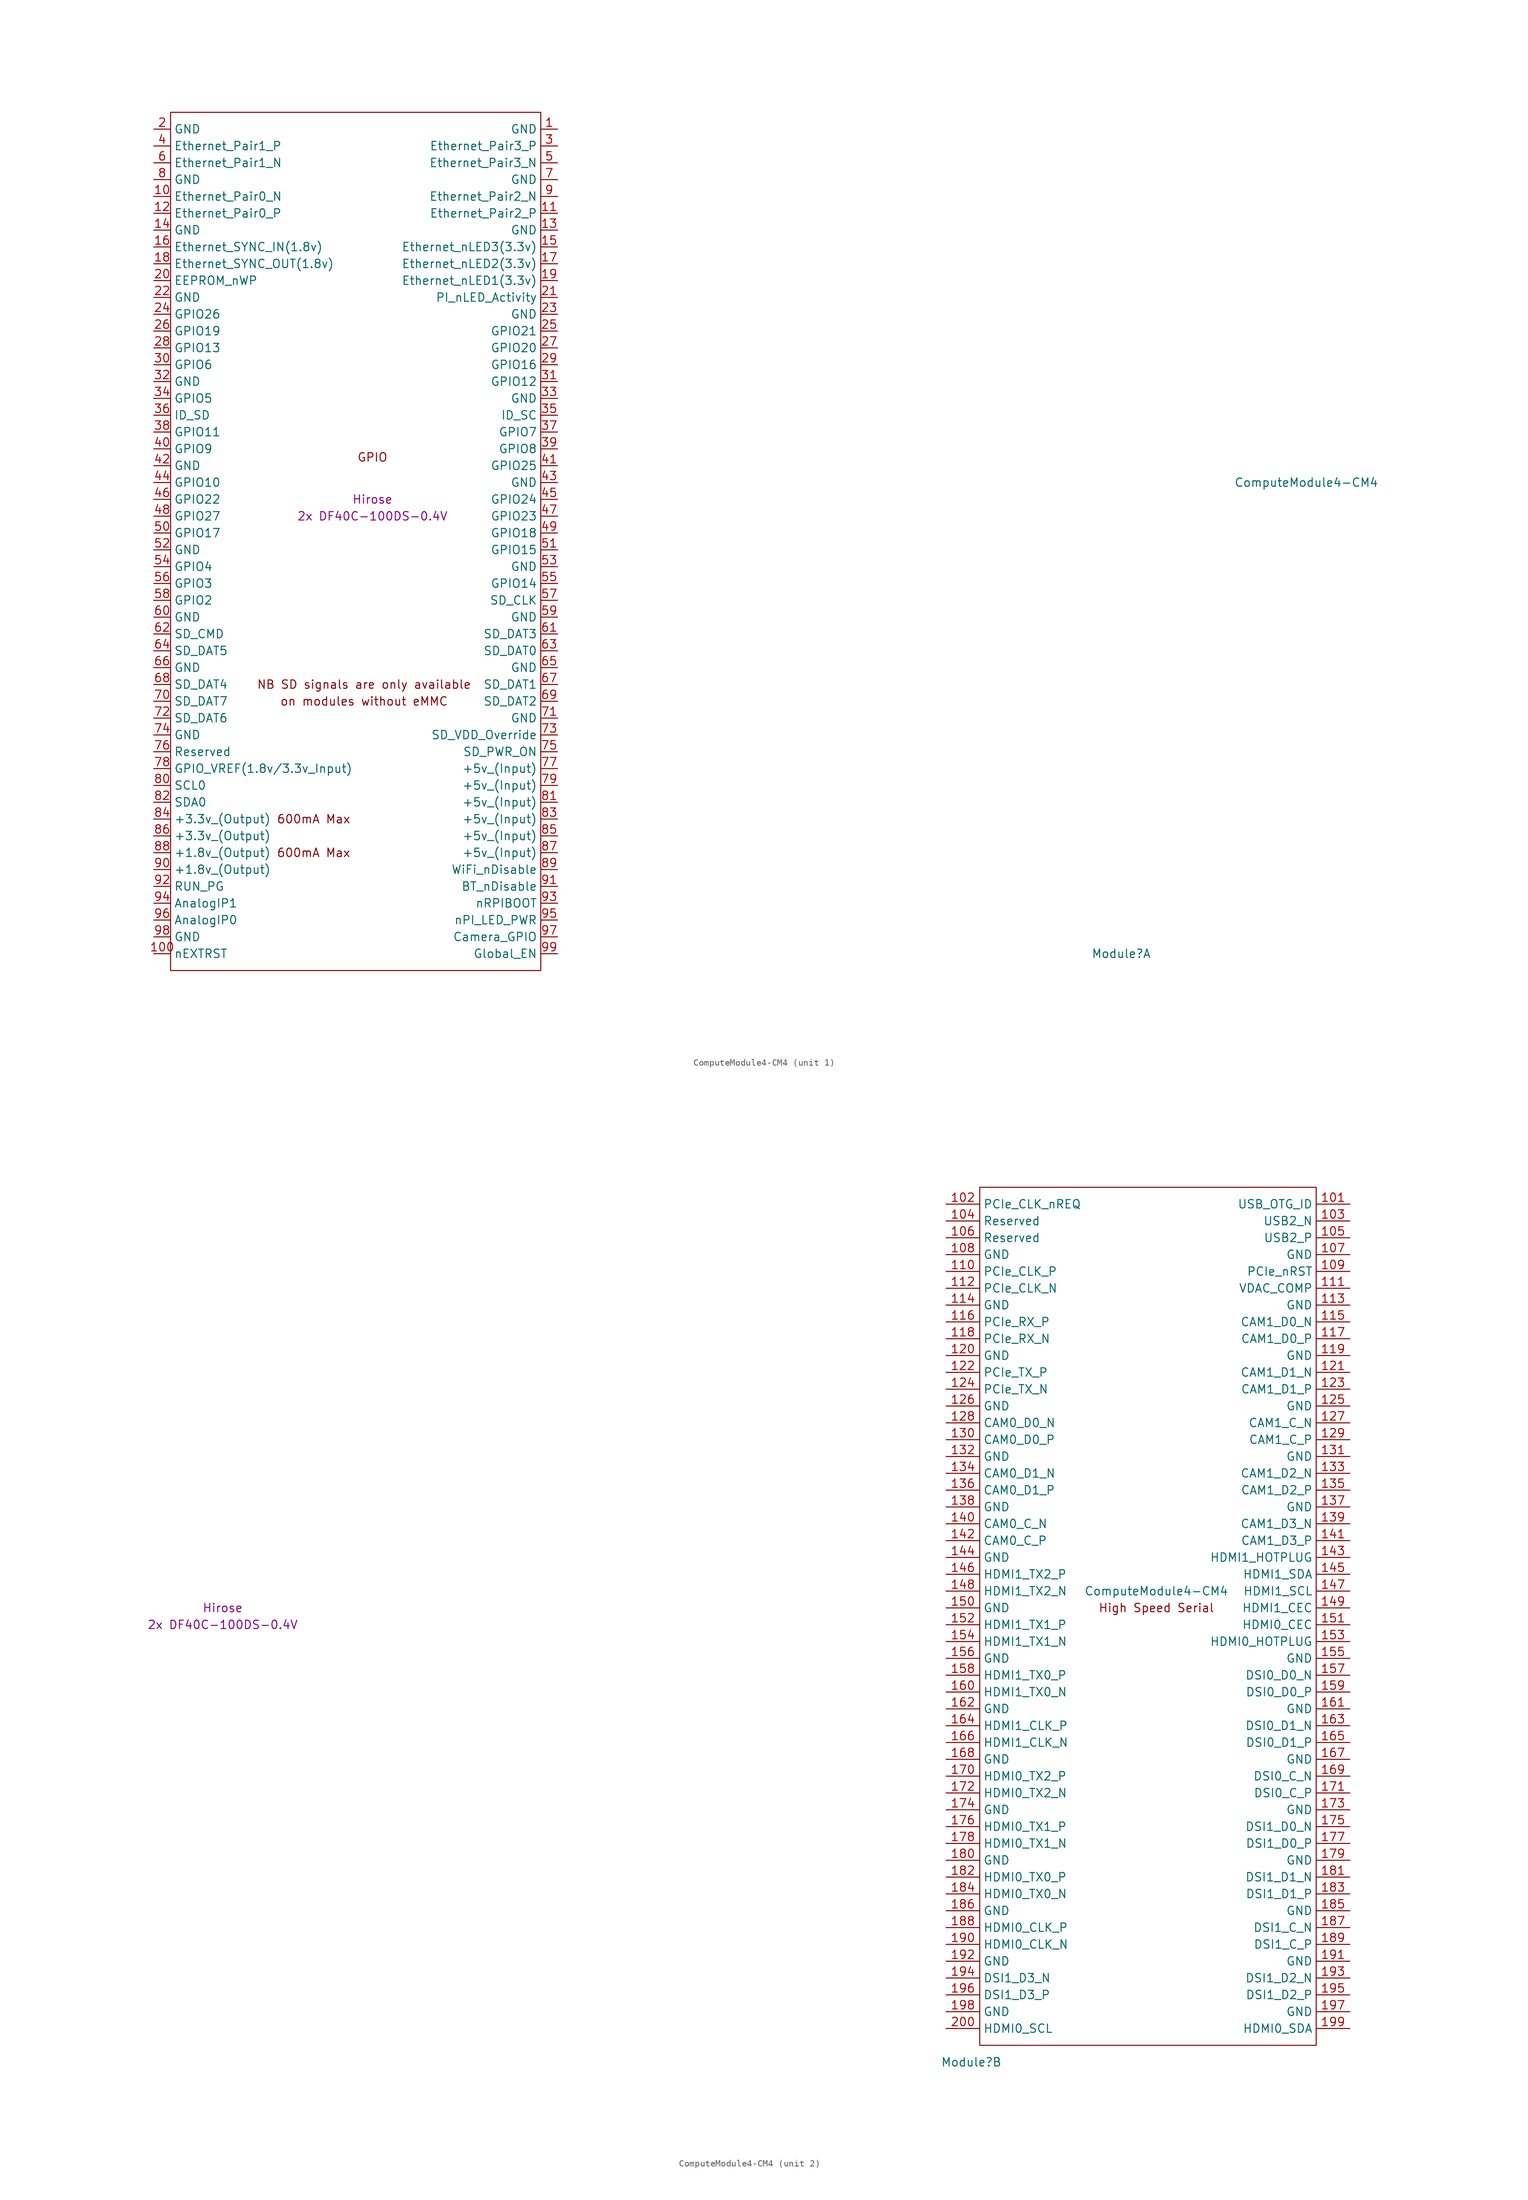
<source format=kicad_sym>
(kicad_symbol_lib
  (version 20201005)
  (generator kicad_symbol_editor)
  (symbol "cm4crypto:ComputeModule4-CM4"
    (property "Reference" "Module"
      (at 113.03 -68.58 0)
      (effects (font (size 1.27 1.27))))
    (property "Value" "ComputeModule4-CM4"
      (at 140.97 2.54 0)
      (effects (font (size 1.27 1.27))))
    (property "Field4" "Hirose"
      (at 0 0 0)
      (effects (font (size 1.27 1.27))))
    (property "Field5" "2x DF40C-100DS-0.4V"
      (at 0 -2.54 0)
      (effects (font (size 1.27 1.27))))
    (symbol "ComputeModule4-CM4_1_0"
      (text "GPIO" (at 0 6.35 0) (effects (font (size 1.27 1.27)))))
    (symbol "ComputeModule4-CM4_1_1"
      (text "600mA Max" (at -8.89 -53.34 0) (effects (font (size 1.27 1.27))))
      (text "600mA Max" (at -8.89 -48.26 0) (effects (font (size 1.27 1.27))))
      (text "NB SD signals are only available" (at -1.27 -27.94 0) (effects (font (size 1.27 1.27))))
      (text "on modules without eMMC" (at -1.27 -30.48 0) (effects (font (size 1.27 1.27))))
      (rectangle (start -30.48 -71.12) (end 25.4 58.42) (stroke (width 0)) (fill (type none)))
      (pin power_in line (at 27.94 55.88 180) (length 2.54) (name "GND" (effects (font (size 1.27 1.27)))) (number "1" (effects (font (size 1.27 1.27)))))
      (pin passive line (at -33.02 45.72 0) (length 2.54) (name "Ethernet_Pair0_N" (effects (font (size 1.27 1.27)))) (number "10" (effects (font (size 1.27 1.27)))))
      (pin output line (at -33.02 -68.58 0) (length 2.54) (name "nEXTRST" (effects (font (size 1.27 1.27)))) (number "100" (effects (font (size 1.27 1.27)))))
      (pin passive line (at 27.94 43.18 180) (length 2.54) (name "Ethernet_Pair2_P" (effects (font (size 1.27 1.27)))) (number "11" (effects (font (size 1.27 1.27)))))
      (pin passive line (at -33.02 43.18 0) (length 2.54) (name "Ethernet_Pair0_P" (effects (font (size 1.27 1.27)))) (number "12" (effects (font (size 1.27 1.27)))))
      (pin power_in line (at 27.94 40.64 180) (length 2.54) (name "GND" (effects (font (size 1.27 1.27)))) (number "13" (effects (font (size 1.27 1.27)))))
      (pin power_in line (at -33.02 40.64 0) (length 2.54) (name "GND" (effects (font (size 1.27 1.27)))) (number "14" (effects (font (size 1.27 1.27)))))
      (pin output line (at 27.94 38.1 180) (length 2.54) (name "Ethernet_nLED3(3.3v)" (effects (font (size 1.27 1.27)))) (number "15" (effects (font (size 1.27 1.27)))))
      (pin input line (at -33.02 38.1 0) (length 2.54) (name "Ethernet_SYNC_IN(1.8v)" (effects (font (size 1.27 1.27)))) (number "16" (effects (font (size 1.27 1.27)))))
      (pin output line (at 27.94 35.56 180) (length 2.54) (name "Ethernet_nLED2(3.3v)" (effects (font (size 1.27 1.27)))) (number "17" (effects (font (size 1.27 1.27)))))
      (pin input line (at -33.02 35.56 0) (length 2.54) (name "Ethernet_SYNC_OUT(1.8v)" (effects (font (size 1.27 1.27)))) (number "18" (effects (font (size 1.27 1.27)))))
      (pin output line (at 27.94 33.02 180) (length 2.54) (name "Ethernet_nLED1(3.3v)" (effects (font (size 1.27 1.27)))) (number "19" (effects (font (size 1.27 1.27)))))
      (pin power_in line (at -33.02 55.88 0) (length 2.54) (name "GND" (effects (font (size 1.27 1.27)))) (number "2" (effects (font (size 1.27 1.27)))))
      (pin passive line (at -33.02 33.02 0) (length 2.54) (name "EEPROM_nWP" (effects (font (size 1.27 1.27)))) (number "20" (effects (font (size 1.27 1.27)))))
      (pin open_collector line (at 27.94 30.48 180) (length 2.54) (name "PI_nLED_Activity" (effects (font (size 1.27 1.27)))) (number "21" (effects (font (size 1.27 1.27)))))
      (pin power_in line (at -33.02 30.48 0) (length 2.54) (name "GND" (effects (font (size 1.27 1.27)))) (number "22" (effects (font (size 1.27 1.27)))))
      (pin power_in line (at 27.94 27.94 180) (length 2.54) (name "GND" (effects (font (size 1.27 1.27)))) (number "23" (effects (font (size 1.27 1.27)))))
      (pin passive line (at -33.02 27.94 0) (length 2.54) (name "GPIO26" (effects (font (size 1.27 1.27)))) (number "24" (effects (font (size 1.27 1.27)))))
      (pin passive line (at 27.94 25.4 180) (length 2.54) (name "GPIO21" (effects (font (size 1.27 1.27)))) (number "25" (effects (font (size 1.27 1.27)))))
      (pin passive line (at -33.02 25.4 0) (length 2.54) (name "GPIO19" (effects (font (size 1.27 1.27)))) (number "26" (effects (font (size 1.27 1.27)))))
      (pin passive line (at 27.94 22.86 180) (length 2.54) (name "GPIO20" (effects (font (size 1.27 1.27)))) (number "27" (effects (font (size 1.27 1.27)))))
      (pin passive line (at -33.02 22.86 0) (length 2.54) (name "GPIO13" (effects (font (size 1.27 1.27)))) (number "28" (effects (font (size 1.27 1.27)))))
      (pin passive line (at 27.94 20.32 180) (length 2.54) (name "GPIO16" (effects (font (size 1.27 1.27)))) (number "29" (effects (font (size 1.27 1.27)))))
      (pin passive line (at 27.94 53.34 180) (length 2.54) (name "Ethernet_Pair3_P" (effects (font (size 1.27 1.27)))) (number "3" (effects (font (size 1.27 1.27)))))
      (pin passive line (at -33.02 20.32 0) (length 2.54) (name "GPIO6" (effects (font (size 1.27 1.27)))) (number "30" (effects (font (size 1.27 1.27)))))
      (pin passive line (at 27.94 17.78 180) (length 2.54) (name "GPIO12" (effects (font (size 1.27 1.27)))) (number "31" (effects (font (size 1.27 1.27)))))
      (pin power_in line (at -33.02 17.78 0) (length 2.54) (name "GND" (effects (font (size 1.27 1.27)))) (number "32" (effects (font (size 1.27 1.27)))))
      (pin power_in line (at 27.94 15.24 180) (length 2.54) (name "GND" (effects (font (size 1.27 1.27)))) (number "33" (effects (font (size 1.27 1.27)))))
      (pin passive line (at -33.02 15.24 0) (length 2.54) (name "GPIO5" (effects (font (size 1.27 1.27)))) (number "34" (effects (font (size 1.27 1.27)))))
      (pin passive line (at 27.94 12.7 180) (length 2.54) (name "ID_SC" (effects (font (size 1.27 1.27)))) (number "35" (effects (font (size 1.27 1.27)))))
      (pin passive line (at -33.02 12.7 0) (length 2.54) (name "ID_SD" (effects (font (size 1.27 1.27)))) (number "36" (effects (font (size 1.27 1.27)))))
      (pin passive line (at 27.94 10.16 180) (length 2.54) (name "GPIO7" (effects (font (size 1.27 1.27)))) (number "37" (effects (font (size 1.27 1.27)))))
      (pin passive line (at -33.02 10.16 0) (length 2.54) (name "GPIO11" (effects (font (size 1.27 1.27)))) (number "38" (effects (font (size 1.27 1.27)))))
      (pin passive line (at 27.94 7.62 180) (length 2.54) (name "GPIO8" (effects (font (size 1.27 1.27)))) (number "39" (effects (font (size 1.27 1.27)))))
      (pin passive line (at -33.02 53.34 0) (length 2.54) (name "Ethernet_Pair1_P" (effects (font (size 1.27 1.27)))) (number "4" (effects (font (size 1.27 1.27)))))
      (pin passive line (at -33.02 7.62 0) (length 2.54) (name "GPIO9" (effects (font (size 1.27 1.27)))) (number "40" (effects (font (size 1.27 1.27)))))
      (pin passive line (at 27.94 5.08 180) (length 2.54) (name "GPIO25" (effects (font (size 1.27 1.27)))) (number "41" (effects (font (size 1.27 1.27)))))
      (pin power_in line (at -33.02 5.08 0) (length 2.54) (name "GND" (effects (font (size 1.27 1.27)))) (number "42" (effects (font (size 1.27 1.27)))))
      (pin power_in line (at 27.94 2.54 180) (length 2.54) (name "GND" (effects (font (size 1.27 1.27)))) (number "43" (effects (font (size 1.27 1.27)))))
      (pin passive line (at -33.02 2.54 0) (length 2.54) (name "GPIO10" (effects (font (size 1.27 1.27)))) (number "44" (effects (font (size 1.27 1.27)))))
      (pin passive line (at 27.94 0 180) (length 2.54) (name "GPIO24" (effects (font (size 1.27 1.27)))) (number "45" (effects (font (size 1.27 1.27)))))
      (pin passive line (at -33.02 0 0) (length 2.54) (name "GPIO22" (effects (font (size 1.27 1.27)))) (number "46" (effects (font (size 1.27 1.27)))))
      (pin passive line (at 27.94 -2.54 180) (length 2.54) (name "GPIO23" (effects (font (size 1.27 1.27)))) (number "47" (effects (font (size 1.27 1.27)))))
      (pin passive line (at -33.02 -2.54 0) (length 2.54) (name "GPIO27" (effects (font (size 1.27 1.27)))) (number "48" (effects (font (size 1.27 1.27)))))
      (pin passive line (at 27.94 -5.08 180) (length 2.54) (name "GPIO18" (effects (font (size 1.27 1.27)))) (number "49" (effects (font (size 1.27 1.27)))))
      (pin passive line (at 27.94 50.8 180) (length 2.54) (name "Ethernet_Pair3_N" (effects (font (size 1.27 1.27)))) (number "5" (effects (font (size 1.27 1.27)))))
      (pin passive line (at -33.02 -5.08 0) (length 2.54) (name "GPIO17" (effects (font (size 1.27 1.27)))) (number "50" (effects (font (size 1.27 1.27)))))
      (pin passive line (at 27.94 -7.62 180) (length 2.54) (name "GPIO15" (effects (font (size 1.27 1.27)))) (number "51" (effects (font (size 1.27 1.27)))))
      (pin power_in line (at -33.02 -7.62 0) (length 2.54) (name "GND" (effects (font (size 1.27 1.27)))) (number "52" (effects (font (size 1.27 1.27)))))
      (pin power_in line (at 27.94 -10.16 180) (length 2.54) (name "GND" (effects (font (size 1.27 1.27)))) (number "53" (effects (font (size 1.27 1.27)))))
      (pin passive line (at -33.02 -10.16 0) (length 2.54) (name "GPIO4" (effects (font (size 1.27 1.27)))) (number "54" (effects (font (size 1.27 1.27)))))
      (pin passive line (at 27.94 -12.7 180) (length 2.54) (name "GPIO14" (effects (font (size 1.27 1.27)))) (number "55" (effects (font (size 1.27 1.27)))))
      (pin passive line (at -33.02 -12.7 0) (length 2.54) (name "GPIO3" (effects (font (size 1.27 1.27)))) (number "56" (effects (font (size 1.27 1.27)))))
      (pin passive line (at 27.94 -15.24 180) (length 2.54) (name "SD_CLK" (effects (font (size 1.27 1.27)))) (number "57" (effects (font (size 1.27 1.27)))))
      (pin passive line (at -33.02 -15.24 0) (length 2.54) (name "GPIO2" (effects (font (size 1.27 1.27)))) (number "58" (effects (font (size 1.27 1.27)))))
      (pin power_in line (at 27.94 -17.78 180) (length 2.54) (name "GND" (effects (font (size 1.27 1.27)))) (number "59" (effects (font (size 1.27 1.27)))))
      (pin passive line (at -33.02 50.8 0) (length 2.54) (name "Ethernet_Pair1_N" (effects (font (size 1.27 1.27)))) (number "6" (effects (font (size 1.27 1.27)))))
      (pin power_in line (at -33.02 -17.78 0) (length 2.54) (name "GND" (effects (font (size 1.27 1.27)))) (number "60" (effects (font (size 1.27 1.27)))))
      (pin passive line (at 27.94 -20.32 180) (length 2.54) (name "SD_DAT3" (effects (font (size 1.27 1.27)))) (number "61" (effects (font (size 1.27 1.27)))))
      (pin passive line (at -33.02 -20.32 0) (length 2.54) (name "SD_CMD" (effects (font (size 1.27 1.27)))) (number "62" (effects (font (size 1.27 1.27)))))
      (pin passive line (at 27.94 -22.86 180) (length 2.54) (name "SD_DAT0" (effects (font (size 1.27 1.27)))) (number "63" (effects (font (size 1.27 1.27)))))
      (pin passive line (at -33.02 -22.86 0) (length 2.54) (name "SD_DAT5" (effects (font (size 1.27 1.27)))) (number "64" (effects (font (size 1.27 1.27)))))
      (pin power_in line (at 27.94 -25.4 180) (length 2.54) (name "GND" (effects (font (size 1.27 1.27)))) (number "65" (effects (font (size 1.27 1.27)))))
      (pin power_in line (at -33.02 -25.4 0) (length 2.54) (name "GND" (effects (font (size 1.27 1.27)))) (number "66" (effects (font (size 1.27 1.27)))))
      (pin passive line (at 27.94 -27.94 180) (length 2.54) (name "SD_DAT1" (effects (font (size 1.27 1.27)))) (number "67" (effects (font (size 1.27 1.27)))))
      (pin passive line (at -33.02 -27.94 0) (length 2.54) (name "SD_DAT4" (effects (font (size 1.27 1.27)))) (number "68" (effects (font (size 1.27 1.27)))))
      (pin passive line (at 27.94 -30.48 180) (length 2.54) (name "SD_DAT2" (effects (font (size 1.27 1.27)))) (number "69" (effects (font (size 1.27 1.27)))))
      (pin power_in line (at 27.94 48.26 180) (length 2.54) (name "GND" (effects (font (size 1.27 1.27)))) (number "7" (effects (font (size 1.27 1.27)))))
      (pin passive line (at -33.02 -30.48 0) (length 2.54) (name "SD_DAT7" (effects (font (size 1.27 1.27)))) (number "70" (effects (font (size 1.27 1.27)))))
      (pin power_in line (at 27.94 -33.02 180) (length 2.54) (name "GND" (effects (font (size 1.27 1.27)))) (number "71" (effects (font (size 1.27 1.27)))))
      (pin passive line (at -33.02 -33.02 0) (length 2.54) (name "SD_DAT6" (effects (font (size 1.27 1.27)))) (number "72" (effects (font (size 1.27 1.27)))))
      (pin input line (at 27.94 -35.56 180) (length 2.54) (name "SD_VDD_Override" (effects (font (size 1.27 1.27)))) (number "73" (effects (font (size 1.27 1.27)))))
      (pin power_in line (at -33.02 -35.56 0) (length 2.54) (name "GND" (effects (font (size 1.27 1.27)))) (number "74" (effects (font (size 1.27 1.27)))))
      (pin output line (at 27.94 -38.1 180) (length 2.54) (name "SD_PWR_ON" (effects (font (size 1.27 1.27)))) (number "75" (effects (font (size 1.27 1.27)))))
      (pin passive line (at -33.02 -38.1 0) (length 2.54) (name "Reserved" (effects (font (size 1.27 1.27)))) (number "76" (effects (font (size 1.27 1.27)))))
      (pin power_in line (at 27.94 -40.64 180) (length 2.54) (name "+5v_(Input)" (effects (font (size 1.27 1.27)))) (number "77" (effects (font (size 1.27 1.27)))))
      (pin power_in line (at -33.02 -40.64 0) (length 2.54) (name "GPIO_VREF(1.8v/3.3v_Input)" (effects (font (size 1.27 1.27)))) (number "78" (effects (font (size 1.27 1.27)))))
      (pin power_in line (at 27.94 -43.18 180) (length 2.54) (name "+5v_(Input)" (effects (font (size 1.27 1.27)))) (number "79" (effects (font (size 1.27 1.27)))))
      (pin power_in line (at -33.02 48.26 0) (length 2.54) (name "GND" (effects (font (size 1.27 1.27)))) (number "8" (effects (font (size 1.27 1.27)))))
      (pin passive line (at -33.02 -43.18 0) (length 2.54) (name "SCL0" (effects (font (size 1.27 1.27)))) (number "80" (effects (font (size 1.27 1.27)))))
      (pin power_in line (at 27.94 -45.72 180) (length 2.54) (name "+5v_(Input)" (effects (font (size 1.27 1.27)))) (number "81" (effects (font (size 1.27 1.27)))))
      (pin passive line (at -33.02 -45.72 0) (length 2.54) (name "SDA0" (effects (font (size 1.27 1.27)))) (number "82" (effects (font (size 1.27 1.27)))))
      (pin power_in line (at 27.94 -48.26 180) (length 2.54) (name "+5v_(Input)" (effects (font (size 1.27 1.27)))) (number "83" (effects (font (size 1.27 1.27)))))
      (pin power_out line (at -33.02 -48.26 0) (length 2.54) (name "+3.3v_(Output)" (effects (font (size 1.27 1.27)))) (number "84" (effects (font (size 1.27 1.27)))))
      (pin power_in line (at 27.94 -50.8 180) (length 2.54) (name "+5v_(Input)" (effects (font (size 1.27 1.27)))) (number "85" (effects (font (size 1.27 1.27)))))
      (pin power_out line (at -33.02 -50.8 0) (length 2.54) (name "+3.3v_(Output)" (effects (font (size 1.27 1.27)))) (number "86" (effects (font (size 1.27 1.27)))))
      (pin power_in line (at 27.94 -53.34 180) (length 2.54) (name "+5v_(Input)" (effects (font (size 1.27 1.27)))) (number "87" (effects (font (size 1.27 1.27)))))
      (pin power_out line (at -33.02 -53.34 0) (length 2.54) (name "+1.8v_(Output)" (effects (font (size 1.27 1.27)))) (number "88" (effects (font (size 1.27 1.27)))))
      (pin power_in line (at 27.94 -55.88 180) (length 2.54) (name "WiFi_nDisable" (effects (font (size 1.27 1.27)))) (number "89" (effects (font (size 1.27 1.27)))))
      (pin passive line (at 27.94 45.72 180) (length 2.54) (name "Ethernet_Pair2_N" (effects (font (size 1.27 1.27)))) (number "9" (effects (font (size 1.27 1.27)))))
      (pin power_out line (at -33.02 -55.88 0) (length 2.54) (name "+1.8v_(Output)" (effects (font (size 1.27 1.27)))) (number "90" (effects (font (size 1.27 1.27)))))
      (pin power_in line (at 27.94 -58.42 180) (length 2.54) (name "BT_nDisable" (effects (font (size 1.27 1.27)))) (number "91" (effects (font (size 1.27 1.27)))))
      (pin passive line (at -33.02 -58.42 0) (length 2.54) (name "RUN_PG" (effects (font (size 1.27 1.27)))) (number "92" (effects (font (size 1.27 1.27)))))
      (pin input line (at 27.94 -60.96 180) (length 2.54) (name "nRPIBOOT" (effects (font (size 1.27 1.27)))) (number "93" (effects (font (size 1.27 1.27)))))
      (pin passive line (at -33.02 -60.96 0) (length 2.54) (name "AnalogIP1" (effects (font (size 1.27 1.27)))) (number "94" (effects (font (size 1.27 1.27)))))
      (pin output line (at 27.94 -63.5 180) (length 2.54) (name "nPI_LED_PWR" (effects (font (size 1.27 1.27)))) (number "95" (effects (font (size 1.27 1.27)))))
      (pin passive line (at -33.02 -63.5 0) (length 2.54) (name "AnalogIP0" (effects (font (size 1.27 1.27)))) (number "96" (effects (font (size 1.27 1.27)))))
      (pin passive line (at 27.94 -66.04 180) (length 2.54) (name "Camera_GPIO" (effects (font (size 1.27 1.27)))) (number "97" (effects (font (size 1.27 1.27)))))
      (pin power_in line (at -33.02 -66.04 0) (length 2.54) (name "GND" (effects (font (size 1.27 1.27)))) (number "98" (effects (font (size 1.27 1.27)))))
      (pin input line (at 27.94 -68.58 180) (length 2.54) (name "Global_EN" (effects (font (size 1.27 1.27)))) (number "99" (effects (font (size 1.27 1.27))))))
    (symbol "ComputeModule4-CM4_2_1"
      (text "High Speed Serial" (at 140.97 0 0) (effects (font (size 1.27 1.27))))
      (rectangle (start 114.3 -66.04) (end 165.1 63.5) (stroke (width 0)) (fill (type none)))
      (pin input line (at 170.18 60.96 180) (length 5.08) (name "USB_OTG_ID" (effects (font (size 1.27 1.27)))) (number "101" (effects (font (size 1.27 1.27)))))
      (pin input line (at 109.22 60.96 0) (length 5.08) (name "PCIe_CLK_nREQ" (effects (font (size 1.27 1.27)))) (number "102" (effects (font (size 1.27 1.27)))))
      (pin passive line (at 170.18 58.42 180) (length 5.08) (name "USB2_N" (effects (font (size 1.27 1.27)))) (number "103" (effects (font (size 1.27 1.27)))))
      (pin passive line (at 109.22 58.42 0) (length 5.08) (name "Reserved" (effects (font (size 1.27 1.27)))) (number "104" (effects (font (size 1.27 1.27)))))
      (pin passive line (at 170.18 55.88 180) (length 5.08) (name "USB2_P" (effects (font (size 1.27 1.27)))) (number "105" (effects (font (size 1.27 1.27)))))
      (pin passive line (at 109.22 55.88 0) (length 5.08) (name "Reserved" (effects (font (size 1.27 1.27)))) (number "106" (effects (font (size 1.27 1.27)))))
      (pin power_in line (at 170.18 53.34 180) (length 5.08) (name "GND" (effects (font (size 1.27 1.27)))) (number "107" (effects (font (size 1.27 1.27)))))
      (pin power_in line (at 109.22 53.34 0) (length 5.08) (name "GND" (effects (font (size 1.27 1.27)))) (number "108" (effects (font (size 1.27 1.27)))))
      (pin bidirectional line (at 170.18 50.8 180) (length 5.08) (name "PCIe_nRST" (effects (font (size 1.27 1.27)))) (number "109" (effects (font (size 1.27 1.27)))))
      (pin output line (at 109.22 50.8 0) (length 5.08) (name "PCIe_CLK_P" (effects (font (size 1.27 1.27)))) (number "110" (effects (font (size 1.27 1.27)))))
      (pin passive line (at 170.18 48.26 180) (length 5.08) (name "VDAC_COMP" (effects (font (size 1.27 1.27)))) (number "111" (effects (font (size 1.27 1.27)))))
      (pin output line (at 109.22 48.26 0) (length 5.08) (name "PCIe_CLK_N" (effects (font (size 1.27 1.27)))) (number "112" (effects (font (size 1.27 1.27)))))
      (pin power_in line (at 170.18 45.72 180) (length 5.08) (name "GND" (effects (font (size 1.27 1.27)))) (number "113" (effects (font (size 1.27 1.27)))))
      (pin power_in line (at 109.22 45.72 0) (length 5.08) (name "GND" (effects (font (size 1.27 1.27)))) (number "114" (effects (font (size 1.27 1.27)))))
      (pin input line (at 170.18 43.18 180) (length 5.08) (name "CAM1_D0_N" (effects (font (size 1.27 1.27)))) (number "115" (effects (font (size 1.27 1.27)))))
      (pin input line (at 109.22 43.18 0) (length 5.08) (name "PCIe_RX_P" (effects (font (size 1.27 1.27)))) (number "116" (effects (font (size 1.27 1.27)))))
      (pin input line (at 170.18 40.64 180) (length 5.08) (name "CAM1_D0_P" (effects (font (size 1.27 1.27)))) (number "117" (effects (font (size 1.27 1.27)))))
      (pin input line (at 109.22 40.64 0) (length 5.08) (name "PCIe_RX_N" (effects (font (size 1.27 1.27)))) (number "118" (effects (font (size 1.27 1.27)))))
      (pin power_in line (at 170.18 38.1 180) (length 5.08) (name "GND" (effects (font (size 1.27 1.27)))) (number "119" (effects (font (size 1.27 1.27)))))
      (pin power_in line (at 109.22 38.1 0) (length 5.08) (name "GND" (effects (font (size 1.27 1.27)))) (number "120" (effects (font (size 1.27 1.27)))))
      (pin input line (at 170.18 35.56 180) (length 5.08) (name "CAM1_D1_N" (effects (font (size 1.27 1.27)))) (number "121" (effects (font (size 1.27 1.27)))))
      (pin output line (at 109.22 35.56 0) (length 5.08) (name "PCIe_TX_P" (effects (font (size 1.27 1.27)))) (number "122" (effects (font (size 1.27 1.27)))))
      (pin input line (at 170.18 33.02 180) (length 5.08) (name "CAM1_D1_P" (effects (font (size 1.27 1.27)))) (number "123" (effects (font (size 1.27 1.27)))))
      (pin output line (at 109.22 33.02 0) (length 5.08) (name "PCIe_TX_N" (effects (font (size 1.27 1.27)))) (number "124" (effects (font (size 1.27 1.27)))))
      (pin power_in line (at 170.18 30.48 180) (length 5.08) (name "GND" (effects (font (size 1.27 1.27)))) (number "125" (effects (font (size 1.27 1.27)))))
      (pin power_in line (at 109.22 30.48 0) (length 5.08) (name "GND" (effects (font (size 1.27 1.27)))) (number "126" (effects (font (size 1.27 1.27)))))
      (pin input line (at 170.18 27.94 180) (length 5.08) (name "CAM1_C_N" (effects (font (size 1.27 1.27)))) (number "127" (effects (font (size 1.27 1.27)))))
      (pin input line (at 109.22 27.94 0) (length 5.08) (name "CAM0_D0_N" (effects (font (size 1.27 1.27)))) (number "128" (effects (font (size 1.27 1.27)))))
      (pin input line (at 170.18 25.4 180) (length 5.08) (name "CAM1_C_P" (effects (font (size 1.27 1.27)))) (number "129" (effects (font (size 1.27 1.27)))))
      (pin input line (at 109.22 25.4 0) (length 5.08) (name "CAM0_D0_P" (effects (font (size 1.27 1.27)))) (number "130" (effects (font (size 1.27 1.27)))))
      (pin power_in line (at 170.18 22.86 180) (length 5.08) (name "GND" (effects (font (size 1.27 1.27)))) (number "131" (effects (font (size 1.27 1.27)))))
      (pin power_in line (at 109.22 22.86 0) (length 5.08) (name "GND" (effects (font (size 1.27 1.27)))) (number "132" (effects (font (size 1.27 1.27)))))
      (pin input line (at 170.18 20.32 180) (length 5.08) (name "CAM1_D2_N" (effects (font (size 1.27 1.27)))) (number "133" (effects (font (size 1.27 1.27)))))
      (pin input line (at 109.22 20.32 0) (length 5.08) (name "CAM0_D1_N" (effects (font (size 1.27 1.27)))) (number "134" (effects (font (size 1.27 1.27)))))
      (pin input line (at 170.18 17.78 180) (length 5.08) (name "CAM1_D2_P" (effects (font (size 1.27 1.27)))) (number "135" (effects (font (size 1.27 1.27)))))
      (pin input line (at 109.22 17.78 0) (length 5.08) (name "CAM0_D1_P" (effects (font (size 1.27 1.27)))) (number "136" (effects (font (size 1.27 1.27)))))
      (pin power_in line (at 170.18 15.24 180) (length 5.08) (name "GND" (effects (font (size 1.27 1.27)))) (number "137" (effects (font (size 1.27 1.27)))))
      (pin power_in line (at 109.22 15.24 0) (length 5.08) (name "GND" (effects (font (size 1.27 1.27)))) (number "138" (effects (font (size 1.27 1.27)))))
      (pin input line (at 170.18 12.7 180) (length 5.08) (name "CAM1_D3_N" (effects (font (size 1.27 1.27)))) (number "139" (effects (font (size 1.27 1.27)))))
      (pin input line (at 109.22 12.7 0) (length 5.08) (name "CAM0_C_N" (effects (font (size 1.27 1.27)))) (number "140" (effects (font (size 1.27 1.27)))))
      (pin input line (at 170.18 10.16 180) (length 5.08) (name "CAM1_D3_P" (effects (font (size 1.27 1.27)))) (number "141" (effects (font (size 1.27 1.27)))))
      (pin input line (at 109.22 10.16 0) (length 5.08) (name "CAM0_C_P" (effects (font (size 1.27 1.27)))) (number "142" (effects (font (size 1.27 1.27)))))
      (pin input line (at 170.18 7.62 180) (length 5.08) (name "HDMI1_HOTPLUG" (effects (font (size 1.27 1.27)))) (number "143" (effects (font (size 1.27 1.27)))))
      (pin power_in line (at 109.22 7.62 0) (length 5.08) (name "GND" (effects (font (size 1.27 1.27)))) (number "144" (effects (font (size 1.27 1.27)))))
      (pin bidirectional line (at 170.18 5.08 180) (length 5.08) (name "HDMI1_SDA" (effects (font (size 1.27 1.27)))) (number "145" (effects (font (size 1.27 1.27)))))
      (pin output line (at 109.22 5.08 0) (length 5.08) (name "HDMI1_TX2_P" (effects (font (size 1.27 1.27)))) (number "146" (effects (font (size 1.27 1.27)))))
      (pin open_collector line (at 170.18 2.54 180) (length 5.08) (name "HDMI1_SCL" (effects (font (size 1.27 1.27)))) (number "147" (effects (font (size 1.27 1.27)))))
      (pin output line (at 109.22 2.54 0) (length 5.08) (name "HDMI1_TX2_N" (effects (font (size 1.27 1.27)))) (number "148" (effects (font (size 1.27 1.27)))))
      (pin open_collector line (at 170.18 0 180) (length 5.08) (name "HDMI1_CEC" (effects (font (size 1.27 1.27)))) (number "149" (effects (font (size 1.27 1.27)))))
      (pin power_in line (at 109.22 0 0) (length 5.08) (name "GND" (effects (font (size 1.27 1.27)))) (number "150" (effects (font (size 1.27 1.27)))))
      (pin open_collector line (at 170.18 -2.54 180) (length 5.08) (name "HDMI0_CEC" (effects (font (size 1.27 1.27)))) (number "151" (effects (font (size 1.27 1.27)))))
      (pin output line (at 109.22 -2.54 0) (length 5.08) (name "HDMI1_TX1_P" (effects (font (size 1.27 1.27)))) (number "152" (effects (font (size 1.27 1.27)))))
      (pin input line (at 170.18 -5.08 180) (length 5.08) (name "HDMI0_HOTPLUG" (effects (font (size 1.27 1.27)))) (number "153" (effects (font (size 1.27 1.27)))))
      (pin output line (at 109.22 -5.08 0) (length 5.08) (name "HDMI1_TX1_N" (effects (font (size 1.27 1.27)))) (number "154" (effects (font (size 1.27 1.27)))))
      (pin power_in line (at 170.18 -7.62 180) (length 5.08) (name "GND" (effects (font (size 1.27 1.27)))) (number "155" (effects (font (size 1.27 1.27)))))
      (pin power_in line (at 109.22 -7.62 0) (length 5.08) (name "GND" (effects (font (size 1.27 1.27)))) (number "156" (effects (font (size 1.27 1.27)))))
      (pin output line (at 170.18 -10.16 180) (length 5.08) (name "DSI0_D0_N" (effects (font (size 1.27 1.27)))) (number "157" (effects (font (size 1.27 1.27)))))
      (pin output line (at 109.22 -10.16 0) (length 5.08) (name "HDMI1_TX0_P" (effects (font (size 1.27 1.27)))) (number "158" (effects (font (size 1.27 1.27)))))
      (pin output line (at 170.18 -12.7 180) (length 5.08) (name "DSI0_D0_P" (effects (font (size 1.27 1.27)))) (number "159" (effects (font (size 1.27 1.27)))))
      (pin output line (at 109.22 -12.7 0) (length 5.08) (name "HDMI1_TX0_N" (effects (font (size 1.27 1.27)))) (number "160" (effects (font (size 1.27 1.27)))))
      (pin power_in line (at 170.18 -15.24 180) (length 5.08) (name "GND" (effects (font (size 1.27 1.27)))) (number "161" (effects (font (size 1.27 1.27)))))
      (pin power_in line (at 109.22 -15.24 0) (length 5.08) (name "GND" (effects (font (size 1.27 1.27)))) (number "162" (effects (font (size 1.27 1.27)))))
      (pin output line (at 170.18 -17.78 180) (length 5.08) (name "DSI0_D1_N" (effects (font (size 1.27 1.27)))) (number "163" (effects (font (size 1.27 1.27)))))
      (pin output line (at 109.22 -17.78 0) (length 5.08) (name "HDMI1_CLK_P" (effects (font (size 1.27 1.27)))) (number "164" (effects (font (size 1.27 1.27)))))
      (pin output line (at 170.18 -20.32 180) (length 5.08) (name "DSI0_D1_P" (effects (font (size 1.27 1.27)))) (number "165" (effects (font (size 1.27 1.27)))))
      (pin output line (at 109.22 -20.32 0) (length 5.08) (name "HDMI1_CLK_N" (effects (font (size 1.27 1.27)))) (number "166" (effects (font (size 1.27 1.27)))))
      (pin power_in line (at 170.18 -22.86 180) (length 5.08) (name "GND" (effects (font (size 1.27 1.27)))) (number "167" (effects (font (size 1.27 1.27)))))
      (pin power_in line (at 109.22 -22.86 0) (length 5.08) (name "GND" (effects (font (size 1.27 1.27)))) (number "168" (effects (font (size 1.27 1.27)))))
      (pin output line (at 170.18 -25.4 180) (length 5.08) (name "DSI0_C_N" (effects (font (size 1.27 1.27)))) (number "169" (effects (font (size 1.27 1.27)))))
      (pin output line (at 109.22 -25.4 0) (length 5.08) (name "HDMI0_TX2_P" (effects (font (size 1.27 1.27)))) (number "170" (effects (font (size 1.27 1.27)))))
      (pin output line (at 170.18 -27.94 180) (length 5.08) (name "DSI0_C_P" (effects (font (size 1.27 1.27)))) (number "171" (effects (font (size 1.27 1.27)))))
      (pin output line (at 109.22 -27.94 0) (length 5.08) (name "HDMI0_TX2_N" (effects (font (size 1.27 1.27)))) (number "172" (effects (font (size 1.27 1.27)))))
      (pin power_in line (at 170.18 -30.48 180) (length 5.08) (name "GND" (effects (font (size 1.27 1.27)))) (number "173" (effects (font (size 1.27 1.27)))))
      (pin power_in line (at 109.22 -30.48 0) (length 5.08) (name "GND" (effects (font (size 1.27 1.27)))) (number "174" (effects (font (size 1.27 1.27)))))
      (pin output line (at 170.18 -33.02 180) (length 5.08) (name "DSI1_D0_N" (effects (font (size 1.27 1.27)))) (number "175" (effects (font (size 1.27 1.27)))))
      (pin output line (at 109.22 -33.02 0) (length 5.08) (name "HDMI0_TX1_P" (effects (font (size 1.27 1.27)))) (number "176" (effects (font (size 1.27 1.27)))))
      (pin output line (at 170.18 -35.56 180) (length 5.08) (name "DSI1_D0_P" (effects (font (size 1.27 1.27)))) (number "177" (effects (font (size 1.27 1.27)))))
      (pin output line (at 109.22 -35.56 0) (length 5.08) (name "HDMI0_TX1_N" (effects (font (size 1.27 1.27)))) (number "178" (effects (font (size 1.27 1.27)))))
      (pin power_in line (at 170.18 -38.1 180) (length 5.08) (name "GND" (effects (font (size 1.27 1.27)))) (number "179" (effects (font (size 1.27 1.27)))))
      (pin power_in line (at 109.22 -38.1 0) (length 5.08) (name "GND" (effects (font (size 1.27 1.27)))) (number "180" (effects (font (size 1.27 1.27)))))
      (pin output line (at 170.18 -40.64 180) (length 5.08) (name "DSI1_D1_N" (effects (font (size 1.27 1.27)))) (number "181" (effects (font (size 1.27 1.27)))))
      (pin output line (at 109.22 -40.64 0) (length 5.08) (name "HDMI0_TX0_P" (effects (font (size 1.27 1.27)))) (number "182" (effects (font (size 1.27 1.27)))))
      (pin output line (at 170.18 -43.18 180) (length 5.08) (name "DSI1_D1_P" (effects (font (size 1.27 1.27)))) (number "183" (effects (font (size 1.27 1.27)))))
      (pin output line (at 109.22 -43.18 0) (length 5.08) (name "HDMI0_TX0_N" (effects (font (size 1.27 1.27)))) (number "184" (effects (font (size 1.27 1.27)))))
      (pin power_in line (at 170.18 -45.72 180) (length 5.08) (name "GND" (effects (font (size 1.27 1.27)))) (number "185" (effects (font (size 1.27 1.27)))))
      (pin power_in line (at 109.22 -45.72 0) (length 5.08) (name "GND" (effects (font (size 1.27 1.27)))) (number "186" (effects (font (size 1.27 1.27)))))
      (pin output line (at 170.18 -48.26 180) (length 5.08) (name "DSI1_C_N" (effects (font (size 1.27 1.27)))) (number "187" (effects (font (size 1.27 1.27)))))
      (pin output line (at 109.22 -48.26 0) (length 5.08) (name "HDMI0_CLK_P" (effects (font (size 1.27 1.27)))) (number "188" (effects (font (size 1.27 1.27)))))
      (pin output line (at 170.18 -50.8 180) (length 5.08) (name "DSI1_C_P" (effects (font (size 1.27 1.27)))) (number "189" (effects (font (size 1.27 1.27)))))
      (pin output line (at 109.22 -50.8 0) (length 5.08) (name "HDMI0_CLK_N" (effects (font (size 1.27 1.27)))) (number "190" (effects (font (size 1.27 1.27)))))
      (pin power_in line (at 170.18 -53.34 180) (length 5.08) (name "GND" (effects (font (size 1.27 1.27)))) (number "191" (effects (font (size 1.27 1.27)))))
      (pin power_in line (at 109.22 -53.34 0) (length 5.08) (name "GND" (effects (font (size 1.27 1.27)))) (number "192" (effects (font (size 1.27 1.27)))))
      (pin output line (at 170.18 -55.88 180) (length 5.08) (name "DSI1_D2_N" (effects (font (size 1.27 1.27)))) (number "193" (effects (font (size 1.27 1.27)))))
      (pin output line (at 109.22 -55.88 0) (length 5.08) (name "DSI1_D3_N" (effects (font (size 1.27 1.27)))) (number "194" (effects (font (size 1.27 1.27)))))
      (pin output line (at 170.18 -58.42 180) (length 5.08) (name "DSI1_D2_P" (effects (font (size 1.27 1.27)))) (number "195" (effects (font (size 1.27 1.27)))))
      (pin output line (at 109.22 -58.42 0) (length 5.08) (name "DSI1_D3_P" (effects (font (size 1.27 1.27)))) (number "196" (effects (font (size 1.27 1.27)))))
      (pin power_in line (at 170.18 -60.96 180) (length 5.08) (name "GND" (effects (font (size 1.27 1.27)))) (number "197" (effects (font (size 1.27 1.27)))))
      (pin power_in line (at 109.22 -60.96 0) (length 5.08) (name "GND" (effects (font (size 1.27 1.27)))) (number "198" (effects (font (size 1.27 1.27)))))
      (pin bidirectional line (at 170.18 -63.5 180) (length 5.08) (name "HDMI0_SDA" (effects (font (size 1.27 1.27)))) (number "199" (effects (font (size 1.27 1.27)))))
      (pin open_collector line (at 109.22 -63.5 0) (length 5.08) (name "HDMI0_SCL" (effects (font (size 1.27 1.27)))) (number "200" (effects (font (size 1.27 1.27))))))))
</source>
